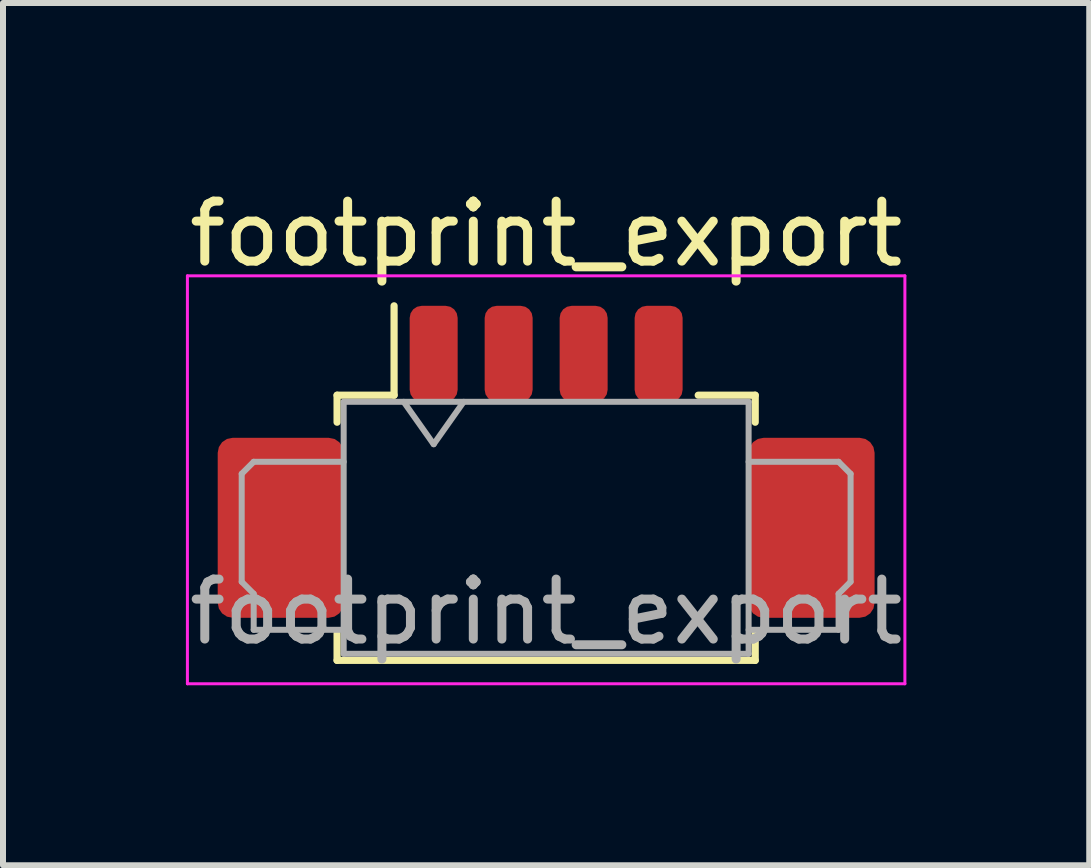
<source format=kicad_pcb>
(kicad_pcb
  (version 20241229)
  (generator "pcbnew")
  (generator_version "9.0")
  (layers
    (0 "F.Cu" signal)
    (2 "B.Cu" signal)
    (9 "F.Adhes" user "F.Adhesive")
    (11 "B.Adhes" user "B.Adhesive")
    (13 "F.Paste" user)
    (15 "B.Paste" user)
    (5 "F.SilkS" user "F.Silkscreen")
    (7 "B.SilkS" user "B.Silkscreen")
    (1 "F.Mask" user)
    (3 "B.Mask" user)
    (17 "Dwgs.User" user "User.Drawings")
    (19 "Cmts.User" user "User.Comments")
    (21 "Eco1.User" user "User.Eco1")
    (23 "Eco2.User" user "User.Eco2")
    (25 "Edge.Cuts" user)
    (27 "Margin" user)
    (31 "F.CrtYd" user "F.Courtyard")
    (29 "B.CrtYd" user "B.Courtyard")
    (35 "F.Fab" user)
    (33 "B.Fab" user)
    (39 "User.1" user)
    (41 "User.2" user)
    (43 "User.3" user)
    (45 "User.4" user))
  (footprint "footprint_export"
    (layer "F.Cu")
    (at 6.054 5.248)
    (property "Reference" "footprint_export" (at 0 -4.4 0) (layer "F.SilkS") (effects (font (size 1 1) (thickness 0.15))))
    (attr smd)
    (fp_line (start -3.485 -1.71) (end -2.535 -1.71) (stroke (width 0.12) (type solid)) (layer "F.SilkS"))
    (fp_line (start -3.485 -1.26) (end -3.485 -1.71) (stroke (width 0.12) (type solid)) (layer "F.SilkS"))
    (fp_line (start -3.485 2.26) (end -3.485 2.71) (stroke (width 0.12) (type solid)) (layer "F.SilkS"))
    (fp_line (start -3.485 2.71) (end 3.485 2.71) (stroke (width 0.12) (type solid)) (layer "F.SilkS"))
    (fp_line (start -2.535 -1.71) (end -2.535 -3.2) (stroke (width 0.12) (type solid)) (layer "F.SilkS"))
    (fp_line (start 3.485 -1.71) (end 2.535 -1.71) (stroke (width 0.12) (type solid)) (layer "F.SilkS"))
    (fp_line (start 3.485 -1.26) (end 3.485 -1.71) (stroke (width 0.12) (type solid)) (layer "F.SilkS"))
    (fp_line (start 3.485 2.71) (end 3.485 2.26) (stroke (width 0.12) (type solid)) (layer "F.SilkS"))
    (fp_line (start -5.98 -3.7) (end -5.98 3.1) (stroke (width 0.05) (type solid)) (layer "F.CrtYd"))
    (fp_line (start -5.98 3.1) (end 5.98 3.1) (stroke (width 0.05) (type solid)) (layer "F.CrtYd"))
    (fp_line (start 5.98 -3.7) (end -5.98 -3.7) (stroke (width 0.05) (type solid)) (layer "F.CrtYd"))
    (fp_line (start 5.98 3.1) (end 5.98 -3.7) (stroke (width 0.05) (type solid)) (layer "F.CrtYd"))
    (fp_line (start -5.075 -0.4) (end -5.075 1.4) (stroke (width 0.1) (type solid)) (layer "F.Fab"))
    (fp_line (start -5.075 1.4) (end -4.875 1.6) (stroke (width 0.1) (type solid)) (layer "F.Fab"))
    (fp_line (start -4.875 -0.6) (end -5.075 -0.4) (stroke (width 0.1) (type solid)) (layer "F.Fab"))
    (fp_line (start -4.875 1.6) (end -4.875 2.2) (stroke (width 0.1) (type solid)) (layer "F.Fab"))
    (fp_line (start -4.875 2.2) (end -3.375 2.2) (stroke (width 0.1) (type solid)) (layer "F.Fab"))
    (fp_line (start -3.375 -1.6) (end -3.375 2.6) (stroke (width 0.1) (type solid)) (layer "F.Fab"))
    (fp_line (start -3.375 -1.6) (end 3.375 -1.6) (stroke (width 0.1) (type solid)) (layer "F.Fab"))
    (fp_line (start -3.375 -0.6) (end -4.875 -0.6) (stroke (width 0.1) (type solid)) (layer "F.Fab"))
    (fp_line (start -3.375 2.6) (end 3.375 2.6) (stroke (width 0.1) (type solid)) (layer "F.Fab"))
    (fp_line (start -2.375 -1.6) (end -1.875 -0.893) (stroke (width 0.1) (type solid)) (layer "F.Fab"))
    (fp_line (start -1.875 -0.893) (end -1.375 -1.6) (stroke (width 0.1) (type solid)) (layer "F.Fab"))
    (fp_line (start 3.375 -1.6) (end 3.375 2.6) (stroke (width 0.1) (type solid)) (layer "F.Fab"))
    (fp_line (start 3.375 -0.6) (end 4.875 -0.6) (stroke (width 0.1) (type solid)) (layer "F.Fab"))
    (fp_line (start 4.875 -0.6) (end 5.075 -0.4) (stroke (width 0.1) (type solid)) (layer "F.Fab"))
    (fp_line (start 4.875 1.6) (end 4.875 2.2) (stroke (width 0.1) (type solid)) (layer "F.Fab"))
    (fp_line (start 4.875 2.2) (end 3.375 2.2) (stroke (width 0.1) (type solid)) (layer "F.Fab"))
    (fp_line (start 5.075 -0.4) (end 5.075 1.4) (stroke (width 0.1) (type solid)) (layer "F.Fab"))
    (fp_line (start 5.075 1.4) (end 4.875 1.6) (stroke (width 0.1) (type solid)) (layer "F.Fab"))
    (fp_text user "${REFERENCE}" (at 0 1.9 0) (layer "F.Fab") (effects (font (size 1 1) (thickness 0.15))))
    (pad "1" smd roundrect (at -1.875 -2.4) (size 0.8 1.6) (layers "F.Cu" "F.Mask" "F.Paste") (roundrect_rratio 0.25))
    (pad "2" smd roundrect (at -0.625 -2.4) (size 0.8 1.6) (layers "F.Cu" "F.Mask" "F.Paste") (roundrect_rratio 0.25))
    (pad "3" smd roundrect (at 0.625 -2.4) (size 0.8 1.6) (layers "F.Cu" "F.Mask" "F.Paste") (roundrect_rratio 0.25))
    (pad "4" smd roundrect (at 1.875 -2.4) (size 0.8 1.6) (layers "F.Cu" "F.Mask" "F.Paste") (roundrect_rratio 0.25))
    (pad "MP" smd roundrect (at -4.425 0.5) (size 2.1 3) (layers "F.Cu" "F.Mask" "F.Paste") (roundrect_rratio 0.119))
    (pad "MP" smd roundrect (at 4.425 0.5) (size 2.1 3) (layers "F.Cu" "F.Mask" "F.Paste") (roundrect_rratio 0.119)))
  (gr_rect
    (start -3 -3)
    (end 15.107 11.373)
    (stroke (width 0.1) (type default))
    (fill no)
    (layer "Edge.Cuts")))
</source>
